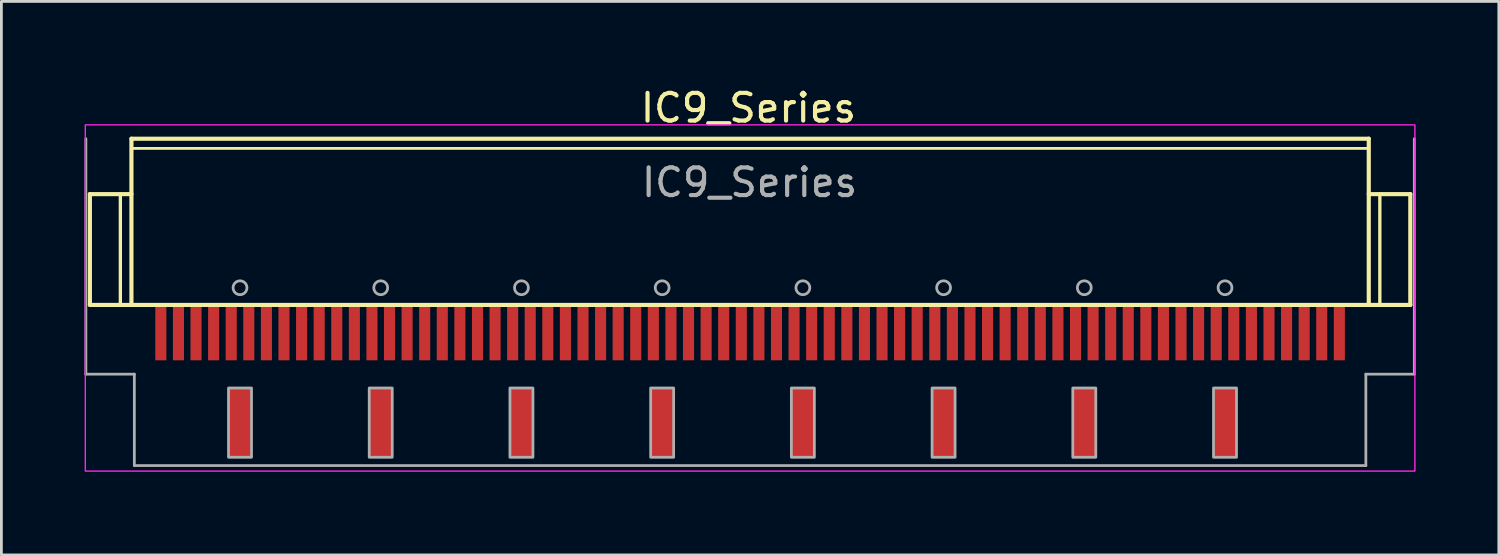
<source format=kicad_pcb>
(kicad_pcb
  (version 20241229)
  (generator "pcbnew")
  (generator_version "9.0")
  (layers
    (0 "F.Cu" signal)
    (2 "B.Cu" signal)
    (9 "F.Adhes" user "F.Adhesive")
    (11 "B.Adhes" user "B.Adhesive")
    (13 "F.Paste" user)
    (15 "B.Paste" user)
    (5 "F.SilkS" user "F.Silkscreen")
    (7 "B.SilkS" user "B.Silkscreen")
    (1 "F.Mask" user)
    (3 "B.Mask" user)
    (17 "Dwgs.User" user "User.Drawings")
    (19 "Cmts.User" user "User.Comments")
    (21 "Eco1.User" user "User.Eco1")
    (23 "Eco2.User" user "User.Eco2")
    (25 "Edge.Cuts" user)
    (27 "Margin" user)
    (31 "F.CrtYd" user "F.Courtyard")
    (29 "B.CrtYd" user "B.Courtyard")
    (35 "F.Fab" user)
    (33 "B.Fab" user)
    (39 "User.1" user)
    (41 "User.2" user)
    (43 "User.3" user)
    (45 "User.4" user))
  (footprint "IC9_Series"
    (layer "F.Cu")
    (at 24.03 7.958)
    (property "Reference" "IC9_Series" (at -0.06 -7.11 0) (unlocked yes) (layer "F.SilkS") (effects (font (size 1 1) (thickness 0.15))))
    (attr smd)
    (fp_rect (start -18.815 3) (end -18.015 5.5) (stroke (width 0) (type solid)) (fill yes) (layer "F.Cu"))
    (fp_rect (start -13.735 3) (end -12.935 5.5) (stroke (width 0) (type solid)) (fill yes) (layer "F.Cu"))
    (fp_rect (start -8.655 3) (end -7.855 5.5) (stroke (width 0) (type solid)) (fill yes) (layer "F.Cu"))
    (fp_rect (start -3.575 3) (end -2.775 5.5) (stroke (width 0) (type solid)) (fill yes) (layer "F.Cu"))
    (fp_rect (start 1.505 3) (end 2.305 5.5) (stroke (width 0) (type solid)) (fill yes) (layer "F.Cu"))
    (fp_rect (start 6.585 3) (end 7.385 5.5) (stroke (width 0) (type solid)) (fill yes) (layer "F.Cu"))
    (fp_rect (start 11.665 3) (end 12.465 5.5) (stroke (width 0) (type solid)) (fill yes) (layer "F.Cu"))
    (fp_rect (start 16.745 3) (end 17.545 5.5) (stroke (width 0) (type solid)) (fill yes) (layer "F.Cu"))
    (fp_rect (start -21.473 0) (end -21.073 2) (stroke (width 0) (type solid)) (fill yes) (layer "F.Mask"))
    (fp_rect (start -20.837 0) (end -20.438 2) (stroke (width 0) (type solid)) (fill yes) (layer "F.Mask"))
    (fp_rect (start -20.203 0) (end -19.802 2) (stroke (width 0) (type solid)) (fill yes) (layer "F.Mask"))
    (fp_rect (start -19.567 0) (end -19.168 2) (stroke (width 0) (type solid)) (fill yes) (layer "F.Mask"))
    (fp_rect (start -18.933 0) (end -18.532 2) (stroke (width 0) (type solid)) (fill yes) (layer "F.Mask"))
    (fp_rect (start -18.815 3) (end -18.015 5.5) (stroke (width 0) (type solid)) (fill yes) (layer "F.Mask"))
    (fp_rect (start -18.297 0) (end -17.898 2) (stroke (width 0) (type solid)) (fill yes) (layer "F.Mask"))
    (fp_rect (start -17.663 0) (end -17.262 2) (stroke (width 0) (type solid)) (fill yes) (layer "F.Mask"))
    (fp_rect (start -17.027 0) (end -16.628 2) (stroke (width 0) (type solid)) (fill yes) (layer "F.Mask"))
    (fp_rect (start -16.392 0) (end -15.992 2) (stroke (width 0) (type solid)) (fill yes) (layer "F.Mask"))
    (fp_rect (start -15.758 0) (end -15.357 2) (stroke (width 0) (type solid)) (fill yes) (layer "F.Mask"))
    (fp_rect (start -15.123 0) (end -14.723 2) (stroke (width 0) (type solid)) (fill yes) (layer "F.Mask"))
    (fp_rect (start -14.488 0) (end -14.088 2) (stroke (width 0) (type solid)) (fill yes) (layer "F.Mask"))
    (fp_rect (start -13.852 0) (end -13.453 2) (stroke (width 0) (type solid)) (fill yes) (layer "F.Mask"))
    (fp_rect (start -13.735 3) (end -12.935 5.5) (stroke (width 0) (type solid)) (fill yes) (layer "F.Mask"))
    (fp_rect (start -13.217 0) (end -12.818 2) (stroke (width 0) (type solid)) (fill yes) (layer "F.Mask"))
    (fp_rect (start -12.582 0) (end -12.182 2) (stroke (width 0) (type solid)) (fill yes) (layer "F.Mask"))
    (fp_rect (start -11.947 0) (end -11.547 2) (stroke (width 0) (type solid)) (fill yes) (layer "F.Mask"))
    (fp_rect (start -11.312 0) (end -10.912 2) (stroke (width 0) (type solid)) (fill yes) (layer "F.Mask"))
    (fp_rect (start -10.678 0) (end -10.277 2) (stroke (width 0) (type solid)) (fill yes) (layer "F.Mask"))
    (fp_rect (start -10.043 0) (end -9.643 2) (stroke (width 0) (type solid)) (fill yes) (layer "F.Mask"))
    (fp_rect (start -9.408 0) (end -9.008 2) (stroke (width 0) (type solid)) (fill yes) (layer "F.Mask"))
    (fp_rect (start -8.773 0) (end -8.373 2) (stroke (width 0) (type solid)) (fill yes) (layer "F.Mask"))
    (fp_rect (start -8.655 3) (end -7.855 5.5) (stroke (width 0) (type solid)) (fill yes) (layer "F.Mask"))
    (fp_rect (start -8.137 0) (end -7.737 2) (stroke (width 0) (type solid)) (fill yes) (layer "F.Mask"))
    (fp_rect (start -7.503 0) (end -7.103 2) (stroke (width 0) (type solid)) (fill yes) (layer "F.Mask"))
    (fp_rect (start -6.867 0) (end -6.468 2) (stroke (width 0) (type solid)) (fill yes) (layer "F.Mask"))
    (fp_rect (start -6.232 0) (end -5.832 2) (stroke (width 0) (type solid)) (fill yes) (layer "F.Mask"))
    (fp_rect (start -5.598 0) (end -5.197 2) (stroke (width 0) (type solid)) (fill yes) (layer "F.Mask"))
    (fp_rect (start -4.963 0) (end -4.562 2) (stroke (width 0) (type solid)) (fill yes) (layer "F.Mask"))
    (fp_rect (start -4.327 0) (end -3.928 2) (stroke (width 0) (type solid)) (fill yes) (layer "F.Mask"))
    (fp_rect (start -3.692 0) (end -3.292 2) (stroke (width 0) (type solid)) (fill yes) (layer "F.Mask"))
    (fp_rect (start -3.575 3) (end -2.775 5.5) (stroke (width 0) (type solid)) (fill yes) (layer "F.Mask"))
    (fp_rect (start -3.058 0) (end -2.658 2) (stroke (width 0) (type solid)) (fill yes) (layer "F.Mask"))
    (fp_rect (start -2.422 0) (end -2.022 2) (stroke (width 0) (type solid)) (fill yes) (layer "F.Mask"))
    (fp_rect (start -1.788 0) (end -1.387 2) (stroke (width 0) (type solid)) (fill yes) (layer "F.Mask"))
    (fp_rect (start -1.153 0) (end -0.752 2) (stroke (width 0) (type solid)) (fill yes) (layer "F.Mask"))
    (fp_rect (start -0.517 0) (end -0.117 2) (stroke (width 0) (type solid)) (fill yes) (layer "F.Mask"))
    (fp_rect (start 0.117 0) (end 0.517 2) (stroke (width 0) (type solid)) (fill yes) (layer "F.Mask"))
    (fp_rect (start 0.752 0) (end 1.153 2) (stroke (width 0) (type solid)) (fill yes) (layer "F.Mask"))
    (fp_rect (start 1.387 0) (end 1.788 2) (stroke (width 0) (type solid)) (fill yes) (layer "F.Mask"))
    (fp_rect (start 1.505 3) (end 2.305 5.5) (stroke (width 0) (type solid)) (fill yes) (layer "F.Mask"))
    (fp_rect (start 2.022 0) (end 2.422 2) (stroke (width 0) (type solid)) (fill yes) (layer "F.Mask"))
    (fp_rect (start 2.658 0) (end 3.058 2) (stroke (width 0) (type solid)) (fill yes) (layer "F.Mask"))
    (fp_rect (start 3.292 0) (end 3.692 2) (stroke (width 0) (type solid)) (fill yes) (layer "F.Mask"))
    (fp_rect (start 3.928 0) (end 4.327 2) (stroke (width 0) (type solid)) (fill yes) (layer "F.Mask"))
    (fp_rect (start 4.562 0) (end 4.963 2) (stroke (width 0) (type solid)) (fill yes) (layer "F.Mask"))
    (fp_rect (start 5.197 0) (end 5.598 2) (stroke (width 0) (type solid)) (fill yes) (layer "F.Mask"))
    (fp_rect (start 5.832 0) (end 6.232 2) (stroke (width 0) (type solid)) (fill yes) (layer "F.Mask"))
    (fp_rect (start 6.468 0) (end 6.867 2) (stroke (width 0) (type solid)) (fill yes) (layer "F.Mask"))
    (fp_rect (start 6.585 3) (end 7.385 5.5) (stroke (width 0) (type solid)) (fill yes) (layer "F.Mask"))
    (fp_rect (start 7.103 0) (end 7.503 2) (stroke (width 0) (type solid)) (fill yes) (layer "F.Mask"))
    (fp_rect (start 7.737 0) (end 8.137 2) (stroke (width 0) (type solid)) (fill yes) (layer "F.Mask"))
    (fp_rect (start 8.373 0) (end 8.773 2) (stroke (width 0) (type solid)) (fill yes) (layer "F.Mask"))
    (fp_rect (start 9.008 0) (end 9.408 2) (stroke (width 0) (type solid)) (fill yes) (layer "F.Mask"))
    (fp_rect (start 9.643 0) (end 10.043 2) (stroke (width 0) (type solid)) (fill yes) (layer "F.Mask"))
    (fp_rect (start 10.277 0) (end 10.678 2) (stroke (width 0) (type solid)) (fill yes) (layer "F.Mask"))
    (fp_rect (start 10.912 0) (end 11.312 2) (stroke (width 0) (type solid)) (fill yes) (layer "F.Mask"))
    (fp_rect (start 11.547 0) (end 11.947 2) (stroke (width 0) (type solid)) (fill yes) (layer "F.Mask"))
    (fp_rect (start 11.665 3) (end 12.465 5.5) (stroke (width 0) (type solid)) (fill yes) (layer "F.Mask"))
    (fp_rect (start 12.182 0) (end 12.582 2) (stroke (width 0) (type solid)) (fill yes) (layer "F.Mask"))
    (fp_rect (start 12.818 0) (end 13.217 2) (stroke (width 0) (type solid)) (fill yes) (layer "F.Mask"))
    (fp_rect (start 13.453 0) (end 13.852 2) (stroke (width 0) (type solid)) (fill yes) (layer "F.Mask"))
    (fp_rect (start 14.088 0) (end 14.488 2) (stroke (width 0) (type solid)) (fill yes) (layer "F.Mask"))
    (fp_rect (start 14.723 0) (end 15.123 2) (stroke (width 0) (type solid)) (fill yes) (layer "F.Mask"))
    (fp_rect (start 15.357 0) (end 15.758 2) (stroke (width 0) (type solid)) (fill yes) (layer "F.Mask"))
    (fp_rect (start 15.992 0) (end 16.392 2) (stroke (width 0) (type solid)) (fill yes) (layer "F.Mask"))
    (fp_rect (start 16.628 0) (end 17.027 2) (stroke (width 0) (type solid)) (fill yes) (layer "F.Mask"))
    (fp_rect (start 16.745 3) (end 17.545 5.5) (stroke (width 0) (type solid)) (fill yes) (layer "F.Mask"))
    (fp_rect (start 17.262 0) (end 17.663 2) (stroke (width 0) (type solid)) (fill yes) (layer "F.Mask"))
    (fp_rect (start 17.898 0) (end 18.297 2) (stroke (width 0) (type solid)) (fill yes) (layer "F.Mask"))
    (fp_rect (start 18.532 0) (end 18.933 2) (stroke (width 0) (type solid)) (fill yes) (layer "F.Mask"))
    (fp_rect (start 19.168 0) (end 19.567 2) (stroke (width 0) (type solid)) (fill yes) (layer "F.Mask"))
    (fp_rect (start 19.802 0) (end 20.203 2) (stroke (width 0) (type solid)) (fill yes) (layer "F.Mask"))
    (fp_rect (start 20.438 0) (end 20.837 2) (stroke (width 0) (type solid)) (fill yes) (layer "F.Mask"))
    (fp_rect (start 21.073 0) (end 21.473 2) (stroke (width 0) (type solid)) (fill yes) (layer "F.Mask"))
    (fp_line (start -23.835 -4) (end -23.835 0) (stroke (width 0.15) (type solid)) (layer "F.SilkS"))
    (fp_line (start -23.835 0) (end 23.835 0) (stroke (width 0.15) (type solid)) (layer "F.SilkS"))
    (fp_line (start -22.735 -4) (end -22.735 0) (stroke (width 0.12) (type solid)) (layer "F.SilkS"))
    (fp_line (start -22.335 -6) (end -22.335 0) (stroke (width 0.15) (type solid)) (layer "F.SilkS"))
    (fp_line (start -22.335 -4) (end -23.835 -4) (stroke (width 0.15) (type solid)) (layer "F.SilkS"))
    (fp_line (start 22.335 -6) (end -22.335 -6) (stroke (width 0.15) (type solid)) (layer "F.SilkS"))
    (fp_line (start 22.335 -5.65) (end -22.335 -5.65) (stroke (width 0.1) (type solid)) (layer "F.SilkS"))
    (fp_line (start 22.335 0) (end 22.335 -6) (stroke (width 0.15) (type solid)) (layer "F.SilkS"))
    (fp_line (start 22.735 -4) (end 22.735 0) (stroke (width 0.12) (type solid)) (layer "F.SilkS"))
    (fp_line (start 23.835 -4) (end 22.335 -4) (stroke (width 0.15) (type solid)) (layer "F.SilkS"))
    (fp_line (start 23.835 0) (end 23.835 -4) (stroke (width 0.15) (type solid)) (layer "F.SilkS"))
    (fp_rect (start -21.473 0) (end -21.073 2) (stroke (width 0) (type solid)) (fill yes) (layer "F.Paste"))
    (fp_rect (start -21.473 0) (end -21.073 2) (stroke (width 0) (type solid)) (fill yes) (layer "F.Paste"))
    (fp_rect (start -20.837 0) (end -20.438 2) (stroke (width 0) (type solid)) (fill yes) (layer "F.Paste"))
    (fp_rect (start -20.837 0) (end -20.438 2) (stroke (width 0) (type solid)) (fill yes) (layer "F.Paste"))
    (fp_rect (start -20.203 0) (end -19.802 2) (stroke (width 0) (type solid)) (fill yes) (layer "F.Paste"))
    (fp_rect (start -20.203 0) (end -19.802 2) (stroke (width 0) (type solid)) (fill yes) (layer "F.Paste"))
    (fp_rect (start -19.567 0) (end -19.168 2) (stroke (width 0) (type solid)) (fill yes) (layer "F.Paste"))
    (fp_rect (start -19.567 0) (end -19.168 2) (stroke (width 0) (type solid)) (fill yes) (layer "F.Paste"))
    (fp_rect (start -18.933 0) (end -18.532 2) (stroke (width 0) (type solid)) (fill yes) (layer "F.Paste"))
    (fp_rect (start -18.933 0) (end -18.532 2) (stroke (width 0) (type solid)) (fill yes) (layer "F.Paste"))
    (fp_rect (start -18.815 3) (end -18.015 5.5) (stroke (width 0) (type solid)) (fill yes) (layer "F.Paste"))
    (fp_rect (start -18.297 0) (end -17.898 2) (stroke (width 0) (type solid)) (fill yes) (layer "F.Paste"))
    (fp_rect (start -18.297 0) (end -17.898 2) (stroke (width 0) (type solid)) (fill yes) (layer "F.Paste"))
    (fp_rect (start -17.663 0) (end -17.262 2) (stroke (width 0) (type solid)) (fill yes) (layer "F.Paste"))
    (fp_rect (start -17.663 0) (end -17.262 2) (stroke (width 0) (type solid)) (fill yes) (layer "F.Paste"))
    (fp_rect (start -17.027 0) (end -16.628 2) (stroke (width 0) (type solid)) (fill yes) (layer "F.Paste"))
    (fp_rect (start -17.027 0) (end -16.628 2) (stroke (width 0) (type solid)) (fill yes) (layer "F.Paste"))
    (fp_rect (start -16.392 0) (end -15.992 2) (stroke (width 0) (type solid)) (fill yes) (layer "F.Paste"))
    (fp_rect (start -16.392 0) (end -15.992 2) (stroke (width 0) (type solid)) (fill yes) (layer "F.Paste"))
    (fp_rect (start -15.758 0) (end -15.357 2) (stroke (width 0) (type solid)) (fill yes) (layer "F.Paste"))
    (fp_rect (start -15.758 0) (end -15.357 2) (stroke (width 0) (type solid)) (fill yes) (layer "F.Paste"))
    (fp_rect (start -15.123 0) (end -14.723 2) (stroke (width 0) (type solid)) (fill yes) (layer "F.Paste"))
    (fp_rect (start -15.123 0) (end -14.723 2) (stroke (width 0) (type solid)) (fill yes) (layer "F.Paste"))
    (fp_rect (start -14.488 0) (end -14.088 2) (stroke (width 0) (type solid)) (fill yes) (layer "F.Paste"))
    (fp_rect (start -14.488 0) (end -14.088 2) (stroke (width 0) (type solid)) (fill yes) (layer "F.Paste"))
    (fp_rect (start -13.852 0) (end -13.453 2) (stroke (width 0) (type solid)) (fill yes) (layer "F.Paste"))
    (fp_rect (start -13.852 0) (end -13.453 2) (stroke (width 0) (type solid)) (fill yes) (layer "F.Paste"))
    (fp_rect (start -13.735 3) (end -12.935 5.5) (stroke (width 0) (type solid)) (fill yes) (layer "F.Paste"))
    (fp_rect (start -13.217 0) (end -12.818 2) (stroke (width 0) (type solid)) (fill yes) (layer "F.Paste"))
    (fp_rect (start -13.217 0) (end -12.818 2) (stroke (width 0) (type solid)) (fill yes) (layer "F.Paste"))
    (fp_rect (start -12.582 0) (end -12.182 2) (stroke (width 0) (type solid)) (fill yes) (layer "F.Paste"))
    (fp_rect (start -12.582 0) (end -12.182 2) (stroke (width 0) (type solid)) (fill yes) (layer "F.Paste"))
    (fp_rect (start -11.947 0) (end -11.547 2) (stroke (width 0) (type solid)) (fill yes) (layer "F.Paste"))
    (fp_rect (start -11.947 0) (end -11.547 2) (stroke (width 0) (type solid)) (fill yes) (layer "F.Paste"))
    (fp_rect (start -11.312 0) (end -10.912 2) (stroke (width 0) (type solid)) (fill yes) (layer "F.Paste"))
    (fp_rect (start -11.312 0) (end -10.912 2) (stroke (width 0) (type solid)) (fill yes) (layer "F.Paste"))
    (fp_rect (start -10.678 0) (end -10.277 2) (stroke (width 0) (type solid)) (fill yes) (layer "F.Paste"))
    (fp_rect (start -10.678 0) (end -10.277 2) (stroke (width 0) (type solid)) (fill yes) (layer "F.Paste"))
    (fp_rect (start -10.043 0) (end -9.643 2) (stroke (width 0) (type solid)) (fill yes) (layer "F.Paste"))
    (fp_rect (start -10.043 0) (end -9.643 2) (stroke (width 0) (type solid)) (fill yes) (layer "F.Paste"))
    (fp_rect (start -9.408 0) (end -9.008 2) (stroke (width 0) (type solid)) (fill yes) (layer "F.Paste"))
    (fp_rect (start -9.408 0) (end -9.008 2) (stroke (width 0) (type solid)) (fill yes) (layer "F.Paste"))
    (fp_rect (start -8.773 0) (end -8.373 2) (stroke (width 0) (type solid)) (fill yes) (layer "F.Paste"))
    (fp_rect (start -8.773 0) (end -8.373 2) (stroke (width 0) (type solid)) (fill yes) (layer "F.Paste"))
    (fp_rect (start -8.655 3) (end -7.855 5.5) (stroke (width 0) (type solid)) (fill yes) (layer "F.Paste"))
    (fp_rect (start -8.137 0) (end -7.737 2) (stroke (width 0) (type solid)) (fill yes) (layer "F.Paste"))
    (fp_rect (start -8.137 0) (end -7.737 2) (stroke (width 0) (type solid)) (fill yes) (layer "F.Paste"))
    (fp_rect (start -7.503 0) (end -7.103 2) (stroke (width 0) (type solid)) (fill yes) (layer "F.Paste"))
    (fp_rect (start -7.503 0) (end -7.103 2) (stroke (width 0) (type solid)) (fill yes) (layer "F.Paste"))
    (fp_rect (start -6.867 0) (end -6.468 2) (stroke (width 0) (type solid)) (fill yes) (layer "F.Paste"))
    (fp_rect (start -6.867 0) (end -6.468 2) (stroke (width 0) (type solid)) (fill yes) (layer "F.Paste"))
    (fp_rect (start -6.232 0) (end -5.832 2) (stroke (width 0) (type solid)) (fill yes) (layer "F.Paste"))
    (fp_rect (start -6.232 0) (end -5.832 2) (stroke (width 0) (type solid)) (fill yes) (layer "F.Paste"))
    (fp_rect (start -5.598 0) (end -5.197 2) (stroke (width 0) (type solid)) (fill yes) (layer "F.Paste"))
    (fp_rect (start -5.598 0) (end -5.197 2) (stroke (width 0) (type solid)) (fill yes) (layer "F.Paste"))
    (fp_rect (start -4.963 0) (end -4.562 2) (stroke (width 0) (type solid)) (fill yes) (layer "F.Paste"))
    (fp_rect (start -4.963 0) (end -4.562 2) (stroke (width 0) (type solid)) (fill yes) (layer "F.Paste"))
    (fp_rect (start -4.327 0) (end -3.928 2) (stroke (width 0) (type solid)) (fill yes) (layer "F.Paste"))
    (fp_rect (start -4.327 0) (end -3.928 2) (stroke (width 0) (type solid)) (fill yes) (layer "F.Paste"))
    (fp_rect (start -3.692 0) (end -3.292 2) (stroke (width 0) (type solid)) (fill yes) (layer "F.Paste"))
    (fp_rect (start -3.692 0) (end -3.292 2) (stroke (width 0) (type solid)) (fill yes) (layer "F.Paste"))
    (fp_rect (start -3.575 3) (end -2.775 5.5) (stroke (width 0) (type solid)) (fill yes) (layer "F.Paste"))
    (fp_rect (start -3.058 0) (end -2.658 2) (stroke (width 0) (type solid)) (fill yes) (layer "F.Paste"))
    (fp_rect (start -3.058 0) (end -2.658 2) (stroke (width 0) (type solid)) (fill yes) (layer "F.Paste"))
    (fp_rect (start -2.422 0) (end -2.022 2) (stroke (width 0) (type solid)) (fill yes) (layer "F.Paste"))
    (fp_rect (start -2.422 0) (end -2.022 2) (stroke (width 0) (type solid)) (fill yes) (layer "F.Paste"))
    (fp_rect (start -1.788 0) (end -1.387 2) (stroke (width 0) (type solid)) (fill yes) (layer "F.Paste"))
    (fp_rect (start -1.788 0) (end -1.387 2) (stroke (width 0) (type solid)) (fill yes) (layer "F.Paste"))
    (fp_rect (start -1.153 0) (end -0.752 2) (stroke (width 0) (type solid)) (fill yes) (layer "F.Paste"))
    (fp_rect (start -1.153 0) (end -0.752 2) (stroke (width 0) (type solid)) (fill yes) (layer "F.Paste"))
    (fp_rect (start -0.517 0) (end -0.117 2) (stroke (width 0) (type solid)) (fill yes) (layer "F.Paste"))
    (fp_rect (start -0.517 0) (end -0.117 2) (stroke (width 0) (type solid)) (fill yes) (layer "F.Paste"))
    (fp_rect (start 0.117 0) (end 0.517 2) (stroke (width 0) (type solid)) (fill yes) (layer "F.Paste"))
    (fp_rect (start 0.117 0) (end 0.517 2) (stroke (width 0) (type solid)) (fill yes) (layer "F.Paste"))
    (fp_rect (start 0.752 0) (end 1.153 2) (stroke (width 0) (type solid)) (fill yes) (layer "F.Paste"))
    (fp_rect (start 0.752 0) (end 1.153 2) (stroke (width 0) (type solid)) (fill yes) (layer "F.Paste"))
    (fp_rect (start 1.387 0) (end 1.788 2) (stroke (width 0) (type solid)) (fill yes) (layer "F.Paste"))
    (fp_rect (start 1.387 0) (end 1.788 2) (stroke (width 0) (type solid)) (fill yes) (layer "F.Paste"))
    (fp_rect (start 1.505 3) (end 2.305 5.5) (stroke (width 0) (type solid)) (fill yes) (layer "F.Paste"))
    (fp_rect (start 2.022 0) (end 2.422 2) (stroke (width 0) (type solid)) (fill yes) (layer "F.Paste"))
    (fp_rect (start 2.022 0) (end 2.422 2) (stroke (width 0) (type solid)) (fill yes) (layer "F.Paste"))
    (fp_rect (start 2.658 0) (end 3.058 2) (stroke (width 0) (type solid)) (fill yes) (layer "F.Paste"))
    (fp_rect (start 2.658 0) (end 3.058 2) (stroke (width 0) (type solid)) (fill yes) (layer "F.Paste"))
    (fp_rect (start 3.292 0) (end 3.692 2) (stroke (width 0) (type solid)) (fill yes) (layer "F.Paste"))
    (fp_rect (start 3.292 0) (end 3.692 2) (stroke (width 0) (type solid)) (fill yes) (layer "F.Paste"))
    (fp_rect (start 3.928 0) (end 4.327 2) (stroke (width 0) (type solid)) (fill yes) (layer "F.Paste"))
    (fp_rect (start 3.928 0) (end 4.327 2) (stroke (width 0) (type solid)) (fill yes) (layer "F.Paste"))
    (fp_rect (start 4.562 0) (end 4.963 2) (stroke (width 0) (type solid)) (fill yes) (layer "F.Paste"))
    (fp_rect (start 4.562 0) (end 4.963 2) (stroke (width 0) (type solid)) (fill yes) (layer "F.Paste"))
    (fp_rect (start 5.197 0) (end 5.598 2) (stroke (width 0) (type solid)) (fill yes) (layer "F.Paste"))
    (fp_rect (start 5.197 0) (end 5.598 2) (stroke (width 0) (type solid)) (fill yes) (layer "F.Paste"))
    (fp_rect (start 5.832 0) (end 6.232 2) (stroke (width 0) (type solid)) (fill yes) (layer "F.Paste"))
    (fp_rect (start 5.832 0) (end 6.232 2) (stroke (width 0) (type solid)) (fill yes) (layer "F.Paste"))
    (fp_rect (start 6.468 0) (end 6.867 2) (stroke (width 0) (type solid)) (fill yes) (layer "F.Paste"))
    (fp_rect (start 6.468 0) (end 6.867 2) (stroke (width 0) (type solid)) (fill yes) (layer "F.Paste"))
    (fp_rect (start 6.585 3) (end 7.385 5.5) (stroke (width 0) (type solid)) (fill yes) (layer "F.Paste"))
    (fp_rect (start 7.103 0) (end 7.503 2) (stroke (width 0) (type solid)) (fill yes) (layer "F.Paste"))
    (fp_rect (start 7.103 0) (end 7.503 2) (stroke (width 0) (type solid)) (fill yes) (layer "F.Paste"))
    (fp_rect (start 7.737 0) (end 8.137 2) (stroke (width 0) (type solid)) (fill yes) (layer "F.Paste"))
    (fp_rect (start 7.737 0) (end 8.137 2) (stroke (width 0) (type solid)) (fill yes) (layer "F.Paste"))
    (fp_rect (start 8.373 0) (end 8.773 2) (stroke (width 0) (type solid)) (fill yes) (layer "F.Paste"))
    (fp_rect (start 8.373 0) (end 8.773 2) (stroke (width 0) (type solid)) (fill yes) (layer "F.Paste"))
    (fp_rect (start 9.008 0) (end 9.408 2) (stroke (width 0) (type solid)) (fill yes) (layer "F.Paste"))
    (fp_rect (start 9.008 0) (end 9.408 2) (stroke (width 0) (type solid)) (fill yes) (layer "F.Paste"))
    (fp_rect (start 9.643 0) (end 10.043 2) (stroke (width 0) (type solid)) (fill yes) (layer "F.Paste"))
    (fp_rect (start 9.643 0) (end 10.043 2) (stroke (width 0) (type solid)) (fill yes) (layer "F.Paste"))
    (fp_rect (start 10.277 0) (end 10.678 2) (stroke (width 0) (type solid)) (fill yes) (layer "F.Paste"))
    (fp_rect (start 10.277 0) (end 10.678 2) (stroke (width 0) (type solid)) (fill yes) (layer "F.Paste"))
    (fp_rect (start 10.912 0) (end 11.312 2) (stroke (width 0) (type solid)) (fill yes) (layer "F.Paste"))
    (fp_rect (start 10.912 0) (end 11.312 2) (stroke (width 0) (type solid)) (fill yes) (layer "F.Paste"))
    (fp_rect (start 11.547 0) (end 11.947 2) (stroke (width 0) (type solid)) (fill yes) (layer "F.Paste"))
    (fp_rect (start 11.547 0) (end 11.947 2) (stroke (width 0) (type solid)) (fill yes) (layer "F.Paste"))
    (fp_rect (start 11.665 3) (end 12.465 5.5) (stroke (width 0) (type solid)) (fill yes) (layer "F.Paste"))
    (fp_rect (start 12.182 0) (end 12.582 2) (stroke (width 0) (type solid)) (fill yes) (layer "F.Paste"))
    (fp_rect (start 12.182 0) (end 12.582 2) (stroke (width 0) (type solid)) (fill yes) (layer "F.Paste"))
    (fp_rect (start 12.818 0) (end 13.217 2) (stroke (width 0) (type solid)) (fill yes) (layer "F.Paste"))
    (fp_rect (start 12.818 0) (end 13.217 2) (stroke (width 0) (type solid)) (fill yes) (layer "F.Paste"))
    (fp_rect (start 13.453 0) (end 13.852 2) (stroke (width 0) (type solid)) (fill yes) (layer "F.Paste"))
    (fp_rect (start 13.453 0) (end 13.852 2) (stroke (width 0) (type solid)) (fill yes) (layer "F.Paste"))
    (fp_rect (start 14.088 0) (end 14.488 2) (stroke (width 0) (type solid)) (fill yes) (layer "F.Paste"))
    (fp_rect (start 14.088 0) (end 14.488 2) (stroke (width 0) (type solid)) (fill yes) (layer "F.Paste"))
    (fp_rect (start 14.723 0) (end 15.123 2) (stroke (width 0) (type solid)) (fill yes) (layer "F.Paste"))
    (fp_rect (start 14.723 0) (end 15.123 2) (stroke (width 0) (type solid)) (fill yes) (layer "F.Paste"))
    (fp_rect (start 15.357 0) (end 15.758 2) (stroke (width 0) (type solid)) (fill yes) (layer "F.Paste"))
    (fp_rect (start 15.357 0) (end 15.758 2) (stroke (width 0) (type solid)) (fill yes) (layer "F.Paste"))
    (fp_rect (start 15.992 0) (end 16.392 2) (stroke (width 0) (type solid)) (fill yes) (layer "F.Paste"))
    (fp_rect (start 15.992 0) (end 16.392 2) (stroke (width 0) (type solid)) (fill yes) (layer "F.Paste"))
    (fp_rect (start 16.628 0) (end 17.027 2) (stroke (width 0) (type solid)) (fill yes) (layer "F.Paste"))
    (fp_rect (start 16.628 0) (end 17.027 2) (stroke (width 0) (type solid)) (fill yes) (layer "F.Paste"))
    (fp_rect (start 16.745 3) (end 17.545 5.5) (stroke (width 0) (type solid)) (fill yes) (layer "F.Paste"))
    (fp_rect (start 17.262 0) (end 17.663 2) (stroke (width 0) (type solid)) (fill yes) (layer "F.Paste"))
    (fp_rect (start 17.262 0) (end 17.663 2) (stroke (width 0) (type solid)) (fill yes) (layer "F.Paste"))
    (fp_rect (start 17.898 0) (end 18.297 2) (stroke (width 0) (type solid)) (fill yes) (layer "F.Paste"))
    (fp_rect (start 17.898 0) (end 18.297 2) (stroke (width 0) (type solid)) (fill yes) (layer "F.Paste"))
    (fp_rect (start 18.532 0) (end 18.933 2) (stroke (width 0) (type solid)) (fill yes) (layer "F.Paste"))
    (fp_rect (start 18.532 0) (end 18.933 2) (stroke (width 0) (type solid)) (fill yes) (layer "F.Paste"))
    (fp_rect (start 19.168 0) (end 19.567 2) (stroke (width 0) (type solid)) (fill yes) (layer "F.Paste"))
    (fp_rect (start 19.168 0) (end 19.567 2) (stroke (width 0) (type solid)) (fill yes) (layer "F.Paste"))
    (fp_rect (start 19.802 0) (end 20.203 2) (stroke (width 0) (type solid)) (fill yes) (layer "F.Paste"))
    (fp_rect (start 19.802 0) (end 20.203 2) (stroke (width 0) (type solid)) (fill yes) (layer "F.Paste"))
    (fp_rect (start 20.438 0) (end 20.837 2) (stroke (width 0) (type solid)) (fill yes) (layer "F.Paste"))
    (fp_rect (start 20.438 0) (end 20.837 2) (stroke (width 0) (type solid)) (fill yes) (layer "F.Paste"))
    (fp_rect (start 21.073 0) (end 21.473 2) (stroke (width 0) (type solid)) (fill yes) (layer "F.Paste"))
    (fp_rect (start 21.073 0) (end 21.473 2) (stroke (width 0) (type solid)) (fill yes) (layer "F.Paste"))
    (fp_rect (start -24 -6.5) (end 24 6) (stroke (width 0.05) (type solid)) (fill no) (layer "F.CrtYd"))
    (fp_line (start -23.98 2.5) (end -23.98 -6) (stroke (width 0.1) (type solid)) (layer "F.Fab"))
    (fp_line (start -23.98 2.5) (end -22.23 2.5) (stroke (width 0.1) (type solid)) (layer "F.Fab"))
    (fp_line (start -22.23 5.8) (end -22.23 2.5) (stroke (width 0.1) (type solid)) (layer "F.Fab"))
    (fp_line (start 22.23 2.5) (end 22.23 5.8) (stroke (width 0.1) (type solid)) (layer "F.Fab"))
    (fp_line (start 22.23 5.8) (end -22.23 5.8) (stroke (width 0.1) (type solid)) (layer "F.Fab"))
    (fp_line (start 23.98 -6) (end 23.98 2.5) (stroke (width 0.1) (type solid)) (layer "F.Fab"))
    (fp_line (start 23.98 2.5) (end 22.23 2.5) (stroke (width 0.1) (type solid)) (layer "F.Fab"))
    (fp_rect (start -18.83 3) (end -18 5.5) (stroke (width 0.1) (type solid)) (fill no) (layer "F.Fab"))
    (fp_rect (start -13.75 3) (end -12.92 5.5) (stroke (width 0.1) (type solid)) (fill no) (layer "F.Fab"))
    (fp_rect (start -8.67 3) (end -7.84 5.5) (stroke (width 0.1) (type solid)) (fill no) (layer "F.Fab"))
    (fp_rect (start -3.59 3) (end -2.76 5.5) (stroke (width 0.1) (type solid)) (fill no) (layer "F.Fab"))
    (fp_rect (start 1.49 3) (end 2.32 5.5) (stroke (width 0.1) (type solid)) (fill no) (layer "F.Fab"))
    (fp_rect (start 6.57 3) (end 7.4 5.5) (stroke (width 0.1) (type solid)) (fill no) (layer "F.Fab"))
    (fp_rect (start 11.65 3) (end 12.48 5.5) (stroke (width 0.1) (type solid)) (fill no) (layer "F.Fab"))
    (fp_rect (start 16.73 3) (end 17.56 5.5) (stroke (width 0.1) (type solid)) (fill no) (layer "F.Fab"))
    (fp_circle (center -18.415 -0.62) (end -18.165 -0.62) (stroke (width 0.1) (type solid)) (fill no) (layer "F.Fab"))
    (fp_circle (center -13.335 -0.62) (end -13.085 -0.62) (stroke (width 0.1) (type solid)) (fill no) (layer "F.Fab"))
    (fp_circle (center -8.255 -0.62) (end -8.005 -0.62) (stroke (width 0.1) (type solid)) (fill no) (layer "F.Fab"))
    (fp_circle (center -3.175 -0.62) (end -2.925 -0.62) (stroke (width 0.1) (type solid)) (fill no) (layer "F.Fab"))
    (fp_circle (center 1.905 -0.62) (end 2.155 -0.62) (stroke (width 0.1) (type solid)) (fill no) (layer "F.Fab"))
    (fp_circle (center 6.985 -0.62) (end 7.235 -0.62) (stroke (width 0.1) (type solid)) (fill no) (layer "F.Fab"))
    (fp_circle (center 12.065 -0.62) (end 12.315 -0.62) (stroke (width 0.1) (type solid)) (fill no) (layer "F.Fab"))
    (fp_circle (center 17.145 -0.62) (end 17.395 -0.62) (stroke (width 0.1) (type solid)) (fill no) (layer "F.Fab"))
    (fp_text user "${REFERENCE}" (at -0.02 -4.42 0) (unlocked yes) (layer "F.Fab") (effects (font (size 1 1) (thickness 0.15))))
    (pad "1" smd rect (at -21.273 1 90) (size 2 0.4) (layers "F.Cu" "F.Mask" "F.Paste"))
    (pad "2" smd rect (at -20.003 1 90) (size 2 0.4) (layers "F.Cu" "F.Mask" "F.Paste"))
    (pad "3" smd rect (at -18.733 1 90) (size 2 0.4) (layers "F.Cu" "F.Mask" "F.Paste"))
    (pad "4" smd rect (at -17.462 1 90) (size 2 0.4) (layers "F.Cu" "F.Mask" "F.Paste"))
    (pad "5" smd rect (at -16.192 1 90) (size 2 0.4) (layers "F.Cu" "F.Mask" "F.Paste"))
    (pad "6" smd rect (at -14.922 1 90) (size 2 0.4) (layers "F.Cu" "F.Mask" "F.Paste"))
    (pad "7" smd rect (at -13.652 1 90) (size 2 0.4) (layers "F.Cu" "F.Mask" "F.Paste"))
    (pad "8" smd rect (at -12.383 1 90) (size 2 0.4) (layers "F.Cu" "F.Mask" "F.Paste"))
    (pad "9" smd rect (at -11.113 1 90) (size 2 0.4) (layers "F.Cu" "F.Mask" "F.Paste"))
    (pad "10" smd rect (at -9.842 1 90) (size 2 0.4) (layers "F.Cu" "F.Mask" "F.Paste"))
    (pad "11" smd rect (at -8.572 1 90) (size 2 0.4) (layers "F.Cu" "F.Mask" "F.Paste"))
    (pad "12" smd rect (at -7.303 1 90) (size 2 0.4) (layers "F.Cu" "F.Mask" "F.Paste"))
    (pad "13" smd rect (at -6.032 1 90) (size 2 0.4) (layers "F.Cu" "F.Mask" "F.Paste"))
    (pad "14" smd rect (at -4.763 1 90) (size 2 0.4) (layers "F.Cu" "F.Mask" "F.Paste"))
    (pad "15" smd rect (at -3.493 1 90) (size 2 0.4) (layers "F.Cu" "F.Mask" "F.Paste"))
    (pad "16" smd rect (at -2.223 1 90) (size 2 0.4) (layers "F.Cu" "F.Mask" "F.Paste"))
    (pad "17" smd rect (at -0.953 1 90) (size 2 0.4) (layers "F.Cu" "F.Mask" "F.Paste"))
    (pad "18" smd rect (at 0.318 1 90) (size 2 0.4) (layers "F.Cu" "F.Mask" "F.Paste"))
    (pad "19" smd rect (at 1.587 1 90) (size 2 0.4) (layers "F.Cu" "F.Mask" "F.Paste"))
    (pad "20" smd rect (at 2.857 1 90) (size 2 0.4) (layers "F.Cu" "F.Mask" "F.Paste"))
    (pad "21" smd rect (at 4.128 1 90) (size 2 0.4) (layers "F.Cu" "F.Mask" "F.Paste"))
    (pad "22" smd rect (at 5.397 1 90) (size 2 0.4) (layers "F.Cu" "F.Mask" "F.Paste"))
    (pad "23" smd rect (at 6.668 1 90) (size 2 0.4) (layers "F.Cu" "F.Mask" "F.Paste"))
    (pad "24" smd rect (at 7.938 1 90) (size 2 0.4) (layers "F.Cu" "F.Mask" "F.Paste"))
    (pad "25" smd rect (at 9.207 1 90) (size 2 0.4) (layers "F.Cu" "F.Mask" "F.Paste"))
    (pad "26" smd rect (at 10.477 1 90) (size 2 0.4) (layers "F.Cu" "F.Mask" "F.Paste"))
    (pad "27" smd rect (at 11.748 1 90) (size 2 0.4) (layers "F.Cu" "F.Mask" "F.Paste"))
    (pad "28" smd rect (at 13.018 1 90) (size 2 0.4) (layers "F.Cu" "F.Mask" "F.Paste"))
    (pad "29" smd rect (at 14.287 1 90) (size 2 0.4) (layers "F.Cu" "F.Mask" "F.Paste"))
    (pad "30" smd rect (at 15.557 1 90) (size 2 0.4) (layers "F.Cu" "F.Mask" "F.Paste"))
    (pad "31" smd rect (at 16.828 1 90) (size 2 0.4) (layers "F.Cu" "F.Mask" "F.Paste"))
    (pad "32" smd rect (at 18.098 1 90) (size 2 0.4) (layers "F.Cu" "F.Mask" "F.Paste"))
    (pad "33" smd rect (at 19.367 1 90) (size 2 0.4) (layers "F.Cu" "F.Mask" "F.Paste"))
    (pad "34" smd rect (at 20.637 1 90) (size 2 0.4) (layers "F.Cu" "F.Mask" "F.Paste"))
    (pad "35" smd rect (at -20.637 1 90) (size 2 0.4) (layers "F.Cu" "F.Mask" "F.Paste"))
    (pad "36" smd rect (at -19.367 1 90) (size 2 0.4) (layers "F.Cu" "F.Mask" "F.Paste"))
    (pad "37" smd rect (at -18.098 1 90) (size 2 0.4) (layers "F.Cu" "F.Mask" "F.Paste"))
    (pad "38" smd rect (at -16.828 1 90) (size 2 0.4) (layers "F.Cu" "F.Mask" "F.Paste"))
    (pad "39" smd rect (at -15.557 1 90) (size 2 0.4) (layers "F.Cu" "F.Mask" "F.Paste"))
    (pad "40" smd rect (at -14.287 1 90) (size 2 0.4) (layers "F.Cu" "F.Mask" "F.Paste"))
    (pad "41" smd rect (at -13.018 1 90) (size 2 0.4) (layers "F.Cu" "F.Mask" "F.Paste"))
    (pad "42" smd rect (at -11.748 1 90) (size 2 0.4) (layers "F.Cu" "F.Mask" "F.Paste"))
    (pad "43" smd rect (at -10.477 1 90) (size 2 0.4) (layers "F.Cu" "F.Mask" "F.Paste"))
    (pad "44" smd rect (at -9.207 1 90) (size 2 0.4) (layers "F.Cu" "F.Mask" "F.Paste"))
    (pad "45" smd rect (at -7.938 1 90) (size 2 0.4) (layers "F.Cu" "F.Mask" "F.Paste"))
    (pad "46" smd rect (at -6.668 1 90) (size 2 0.4) (layers "F.Cu" "F.Mask" "F.Paste"))
    (pad "47" smd rect (at -5.397 1 90) (size 2 0.4) (layers "F.Cu" "F.Mask" "F.Paste"))
    (pad "48" smd rect (at -4.128 1 90) (size 2 0.4) (layers "F.Cu" "F.Mask" "F.Paste"))
    (pad "49" smd rect (at -2.857 1 90) (size 2 0.4) (layers "F.Cu" "F.Mask" "F.Paste"))
    (pad "50" smd rect (at -1.587 1 90) (size 2 0.4) (layers "F.Cu" "F.Mask" "F.Paste"))
    (pad "51" smd rect (at -0.318 1 90) (size 2 0.4) (layers "F.Cu" "F.Mask" "F.Paste"))
    (pad "52" smd rect (at 0.953 1 90) (size 2 0.4) (layers "F.Cu" "F.Mask" "F.Paste"))
    (pad "53" smd rect (at 2.223 1 90) (size 2 0.4) (layers "F.Cu" "F.Mask" "F.Paste"))
    (pad "54" smd rect (at 3.493 1 90) (size 2 0.4) (layers "F.Cu" "F.Mask" "F.Paste"))
    (pad "55" smd rect (at 4.763 1 90) (size 2 0.4) (layers "F.Cu" "F.Mask" "F.Paste"))
    (pad "56" smd rect (at 6.032 1 90) (size 2 0.4) (layers "F.Cu" "F.Mask" "F.Paste"))
    (pad "57" smd rect (at 7.303 1 90) (size 2 0.4) (layers "F.Cu" "F.Mask" "F.Paste"))
    (pad "58" smd rect (at 8.572 1 90) (size 2 0.4) (layers "F.Cu" "F.Mask" "F.Paste"))
    (pad "59" smd rect (at 9.842 1 90) (size 2 0.4) (layers "F.Cu" "F.Mask" "F.Paste"))
    (pad "60" smd rect (at 11.113 1 90) (size 2 0.4) (layers "F.Cu" "F.Mask" "F.Paste"))
    (pad "61" smd rect (at 12.383 1 90) (size 2 0.4) (layers "F.Cu" "F.Mask" "F.Paste"))
    (pad "62" smd rect (at 13.652 1 90) (size 2 0.4) (layers "F.Cu" "F.Mask" "F.Paste"))
    (pad "63" smd rect (at 14.922 1 90) (size 2 0.4) (layers "F.Cu" "F.Mask" "F.Paste"))
    (pad "64" smd rect (at 16.192 1 270) (size 2 0.4) (layers "F.Cu" "F.Mask" "F.Paste"))
    (pad "65" smd rect (at 17.462 1 90) (size 2 0.4) (layers "F.Cu" "F.Mask" "F.Paste"))
    (pad "66" smd rect (at 18.733 1 90) (size 2 0.4) (layers "F.Cu" "F.Mask" "F.Paste"))
    (pad "67" smd rect (at 20.003 1 90) (size 2 0.4) (layers "F.Cu" "F.Mask" "F.Paste"))
    (pad "68" smd rect (at 21.273 1 90) (size 2 0.4) (layers "F.Cu" "F.Mask" "F.Paste")))
  (gr_rect
    (start -3 -3)
    (end 51.06 16.983)
    (stroke (width 0.1) (type default))
    (fill no)
    (layer "Edge.Cuts")))
</source>
